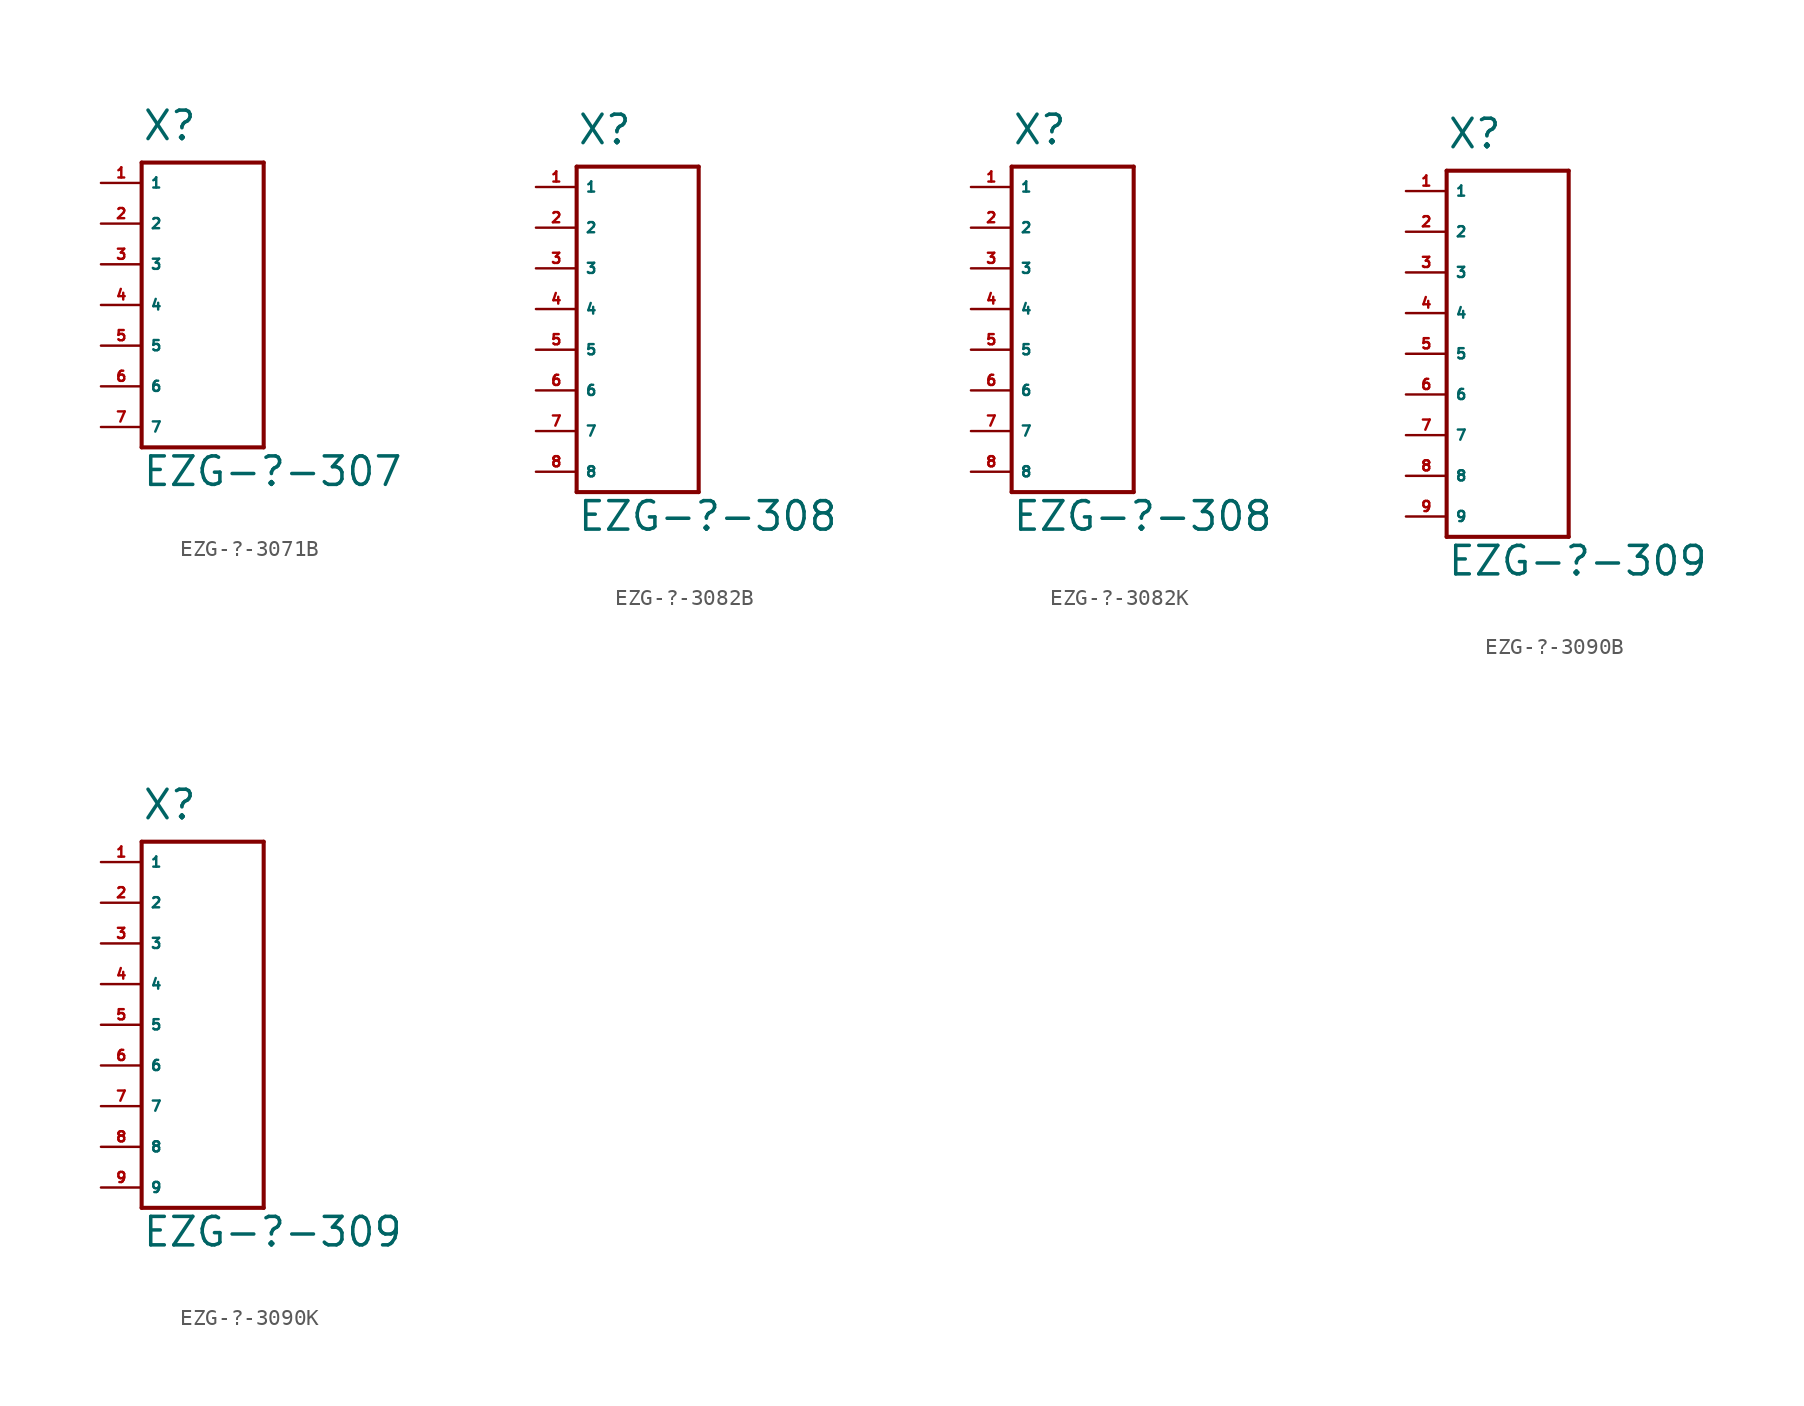
<source format=kicad_sym>
(kicad_symbol_lib
  (version 20220914)
  (generator Eagle2Kicad)
  (symbol "EZG-?-3071B"
    (property "Reference" "X"
      (at -2.54 2.54 0)
      (effects (font (size 1.778 1.778) (thickness 0.22)) (justify left bottom)))
    (property "Value" "EZG-?-307"
      (at -2.54 -19.05 0)
      (effects (font (size 1.778 1.778) (thickness 0.22)) (justify left bottom)))
    (polyline
      (pts (xy -2.54 1.27) (xy -2.54 -16.51))
      (stroke (width 0.254) (type default))
      (fill (type none)))
    (polyline
      (pts (xy -2.54 -16.51) (xy 5.08 -16.51))
      (stroke (width 0.254) (type default))
      (fill (type none)))
    (polyline
      (pts (xy 5.08 -16.51) (xy 5.08 1.27))
      (stroke (width 0.254) (type default))
      (fill (type none)))
    (polyline
      (pts (xy 5.08 1.27) (xy -2.54 1.27))
      (stroke (width 0.254) (type default))
      (fill (type none)))
    (pin passive line
      (at -5.08 0 0)
      (length 2.54)
      (name "1" (effects (font (size 0.635 0.635) (thickness 0.08)) (justify left bottom)))
      (number "1" (effects (font (size 0.635 0.635) (thickness 0.08)) (justify left bottom))))
    (pin passive line
      (at -5.08 -2.54 0)
      (length 2.54)
      (name "2" (effects (font (size 0.635 0.635) (thickness 0.08)) (justify left bottom)))
      (number "2" (effects (font (size 0.635 0.635) (thickness 0.08)) (justify left bottom))))
    (pin passive line
      (at -5.08 -5.08 0)
      (length 2.54)
      (name "3" (effects (font (size 0.635 0.635) (thickness 0.08)) (justify left bottom)))
      (number "3" (effects (font (size 0.635 0.635) (thickness 0.08)) (justify left bottom))))
    (pin passive line
      (at -5.08 -7.62 0)
      (length 2.54)
      (name "4" (effects (font (size 0.635 0.635) (thickness 0.08)) (justify left bottom)))
      (number "4" (effects (font (size 0.635 0.635) (thickness 0.08)) (justify left bottom))))
    (pin passive line
      (at -5.08 -10.16 0)
      (length 2.54)
      (name "5" (effects (font (size 0.635 0.635) (thickness 0.08)) (justify left bottom)))
      (number "5" (effects (font (size 0.635 0.635) (thickness 0.08)) (justify left bottom))))
    (pin passive line
      (at -5.08 -12.7 0)
      (length 2.54)
      (name "6" (effects (font (size 0.635 0.635) (thickness 0.08)) (justify left bottom)))
      (number "6" (effects (font (size 0.635 0.635) (thickness 0.08)) (justify left bottom))))
    (pin passive line
      (at -5.08 -15.24 0)
      (length 2.54)
      (name "7" (effects (font (size 0.635 0.635) (thickness 0.08)) (justify left bottom)))
      (number "7" (effects (font (size 0.635 0.635) (thickness 0.08)) (justify left bottom)))))
  (symbol "EZG-?-3082B"
    (property "Reference" "X"
      (at -2.54 2.54 0)
      (effects (font (size 1.778 1.778) (thickness 0.22)) (justify left bottom)))
    (property "Value" "EZG-?-308"
      (at -2.54 -21.59 0)
      (effects (font (size 1.778 1.778) (thickness 0.22)) (justify left bottom)))
    (polyline
      (pts (xy -2.54 1.27) (xy -2.54 -19.05))
      (stroke (width 0.254) (type default))
      (fill (type none)))
    (polyline
      (pts (xy -2.54 -19.05) (xy 5.08 -19.05))
      (stroke (width 0.254) (type default))
      (fill (type none)))
    (polyline
      (pts (xy 5.08 -19.05) (xy 5.08 1.27))
      (stroke (width 0.254) (type default))
      (fill (type none)))
    (polyline
      (pts (xy 5.08 1.27) (xy -2.54 1.27))
      (stroke (width 0.254) (type default))
      (fill (type none)))
    (pin passive line
      (at -5.08 0 0)
      (length 2.54)
      (name "1" (effects (font (size 0.635 0.635) (thickness 0.08)) (justify left bottom)))
      (number "1" (effects (font (size 0.635 0.635) (thickness 0.08)) (justify left bottom))))
    (pin passive line
      (at -5.08 -2.54 0)
      (length 2.54)
      (name "2" (effects (font (size 0.635 0.635) (thickness 0.08)) (justify left bottom)))
      (number "2" (effects (font (size 0.635 0.635) (thickness 0.08)) (justify left bottom))))
    (pin passive line
      (at -5.08 -5.08 0)
      (length 2.54)
      (name "3" (effects (font (size 0.635 0.635) (thickness 0.08)) (justify left bottom)))
      (number "3" (effects (font (size 0.635 0.635) (thickness 0.08)) (justify left bottom))))
    (pin passive line
      (at -5.08 -7.62 0)
      (length 2.54)
      (name "4" (effects (font (size 0.635 0.635) (thickness 0.08)) (justify left bottom)))
      (number "4" (effects (font (size 0.635 0.635) (thickness 0.08)) (justify left bottom))))
    (pin passive line
      (at -5.08 -10.16 0)
      (length 2.54)
      (name "5" (effects (font (size 0.635 0.635) (thickness 0.08)) (justify left bottom)))
      (number "5" (effects (font (size 0.635 0.635) (thickness 0.08)) (justify left bottom))))
    (pin passive line
      (at -5.08 -12.7 0)
      (length 2.54)
      (name "6" (effects (font (size 0.635 0.635) (thickness 0.08)) (justify left bottom)))
      (number "6" (effects (font (size 0.635 0.635) (thickness 0.08)) (justify left bottom))))
    (pin passive line
      (at -5.08 -15.24 0)
      (length 2.54)
      (name "7" (effects (font (size 0.635 0.635) (thickness 0.08)) (justify left bottom)))
      (number "7" (effects (font (size 0.635 0.635) (thickness 0.08)) (justify left bottom))))
    (pin passive line
      (at -5.08 -17.78 0)
      (length 2.54)
      (name "8" (effects (font (size 0.635 0.635) (thickness 0.08)) (justify left bottom)))
      (number "8" (effects (font (size 0.635 0.635) (thickness 0.08)) (justify left bottom)))))
  (symbol "EZG-?-3082K"
    (property "Reference" "X"
      (at -2.54 2.54 0)
      (effects (font (size 1.778 1.778) (thickness 0.22)) (justify left bottom)))
    (property "Value" "EZG-?-308"
      (at -2.54 -21.59 0)
      (effects (font (size 1.778 1.778) (thickness 0.22)) (justify left bottom)))
    (polyline
      (pts (xy -2.54 1.27) (xy -2.54 -19.05))
      (stroke (width 0.254) (type default))
      (fill (type none)))
    (polyline
      (pts (xy -2.54 -19.05) (xy 5.08 -19.05))
      (stroke (width 0.254) (type default))
      (fill (type none)))
    (polyline
      (pts (xy 5.08 -19.05) (xy 5.08 1.27))
      (stroke (width 0.254) (type default))
      (fill (type none)))
    (polyline
      (pts (xy 5.08 1.27) (xy -2.54 1.27))
      (stroke (width 0.254) (type default))
      (fill (type none)))
    (pin passive line
      (at -5.08 0 0)
      (length 2.54)
      (name "1" (effects (font (size 0.635 0.635) (thickness 0.08)) (justify left bottom)))
      (number "1" (effects (font (size 0.635 0.635) (thickness 0.08)) (justify left bottom))))
    (pin passive line
      (at -5.08 -2.54 0)
      (length 2.54)
      (name "2" (effects (font (size 0.635 0.635) (thickness 0.08)) (justify left bottom)))
      (number "2" (effects (font (size 0.635 0.635) (thickness 0.08)) (justify left bottom))))
    (pin passive line
      (at -5.08 -5.08 0)
      (length 2.54)
      (name "3" (effects (font (size 0.635 0.635) (thickness 0.08)) (justify left bottom)))
      (number "3" (effects (font (size 0.635 0.635) (thickness 0.08)) (justify left bottom))))
    (pin passive line
      (at -5.08 -7.62 0)
      (length 2.54)
      (name "4" (effects (font (size 0.635 0.635) (thickness 0.08)) (justify left bottom)))
      (number "4" (effects (font (size 0.635 0.635) (thickness 0.08)) (justify left bottom))))
    (pin passive line
      (at -5.08 -10.16 0)
      (length 2.54)
      (name "5" (effects (font (size 0.635 0.635) (thickness 0.08)) (justify left bottom)))
      (number "5" (effects (font (size 0.635 0.635) (thickness 0.08)) (justify left bottom))))
    (pin passive line
      (at -5.08 -12.7 0)
      (length 2.54)
      (name "6" (effects (font (size 0.635 0.635) (thickness 0.08)) (justify left bottom)))
      (number "6" (effects (font (size 0.635 0.635) (thickness 0.08)) (justify left bottom))))
    (pin passive line
      (at -5.08 -15.24 0)
      (length 2.54)
      (name "7" (effects (font (size 0.635 0.635) (thickness 0.08)) (justify left bottom)))
      (number "7" (effects (font (size 0.635 0.635) (thickness 0.08)) (justify left bottom))))
    (pin passive line
      (at -5.08 -17.78 0)
      (length 2.54)
      (name "8" (effects (font (size 0.635 0.635) (thickness 0.08)) (justify left bottom)))
      (number "8" (effects (font (size 0.635 0.635) (thickness 0.08)) (justify left bottom)))))
  (symbol "EZG-?-3090B"
    (property "Reference" "X"
      (at -2.54 2.54 0)
      (effects (font (size 1.778 1.778) (thickness 0.22)) (justify left bottom)))
    (property "Value" "EZG-?-309"
      (at -2.54 -24.13 0)
      (effects (font (size 1.778 1.778) (thickness 0.22)) (justify left bottom)))
    (polyline
      (pts (xy -2.54 1.27) (xy -2.54 -21.59))
      (stroke (width 0.254) (type default))
      (fill (type none)))
    (polyline
      (pts (xy -2.54 -21.59) (xy 5.08 -21.59))
      (stroke (width 0.254) (type default))
      (fill (type none)))
    (polyline
      (pts (xy 5.08 -21.59) (xy 5.08 1.27))
      (stroke (width 0.254) (type default))
      (fill (type none)))
    (polyline
      (pts (xy 5.08 1.27) (xy -2.54 1.27))
      (stroke (width 0.254) (type default))
      (fill (type none)))
    (pin passive line
      (at -5.08 0 0)
      (length 2.54)
      (name "1" (effects (font (size 0.635 0.635) (thickness 0.08)) (justify left bottom)))
      (number "1" (effects (font (size 0.635 0.635) (thickness 0.08)) (justify left bottom))))
    (pin passive line
      (at -5.08 -2.54 0)
      (length 2.54)
      (name "2" (effects (font (size 0.635 0.635) (thickness 0.08)) (justify left bottom)))
      (number "2" (effects (font (size 0.635 0.635) (thickness 0.08)) (justify left bottom))))
    (pin passive line
      (at -5.08 -5.08 0)
      (length 2.54)
      (name "3" (effects (font (size 0.635 0.635) (thickness 0.08)) (justify left bottom)))
      (number "3" (effects (font (size 0.635 0.635) (thickness 0.08)) (justify left bottom))))
    (pin passive line
      (at -5.08 -7.62 0)
      (length 2.54)
      (name "4" (effects (font (size 0.635 0.635) (thickness 0.08)) (justify left bottom)))
      (number "4" (effects (font (size 0.635 0.635) (thickness 0.08)) (justify left bottom))))
    (pin passive line
      (at -5.08 -10.16 0)
      (length 2.54)
      (name "5" (effects (font (size 0.635 0.635) (thickness 0.08)) (justify left bottom)))
      (number "5" (effects (font (size 0.635 0.635) (thickness 0.08)) (justify left bottom))))
    (pin passive line
      (at -5.08 -12.7 0)
      (length 2.54)
      (name "6" (effects (font (size 0.635 0.635) (thickness 0.08)) (justify left bottom)))
      (number "6" (effects (font (size 0.635 0.635) (thickness 0.08)) (justify left bottom))))
    (pin passive line
      (at -5.08 -15.24 0)
      (length 2.54)
      (name "7" (effects (font (size 0.635 0.635) (thickness 0.08)) (justify left bottom)))
      (number "7" (effects (font (size 0.635 0.635) (thickness 0.08)) (justify left bottom))))
    (pin passive line
      (at -5.08 -17.78 0)
      (length 2.54)
      (name "8" (effects (font (size 0.635 0.635) (thickness 0.08)) (justify left bottom)))
      (number "8" (effects (font (size 0.635 0.635) (thickness 0.08)) (justify left bottom))))
    (pin passive line
      (at -5.08 -20.32 0)
      (length 2.54)
      (name "9" (effects (font (size 0.635 0.635) (thickness 0.08)) (justify left bottom)))
      (number "9" (effects (font (size 0.635 0.635) (thickness 0.08)) (justify left bottom)))))
  (symbol "EZG-?-3090K"
    (property "Reference" "X"
      (at -2.54 2.54 0)
      (effects (font (size 1.778 1.778) (thickness 0.22)) (justify left bottom)))
    (property "Value" "EZG-?-309"
      (at -2.54 -24.13 0)
      (effects (font (size 1.778 1.778) (thickness 0.22)) (justify left bottom)))
    (polyline
      (pts (xy -2.54 1.27) (xy -2.54 -21.59))
      (stroke (width 0.254) (type default))
      (fill (type none)))
    (polyline
      (pts (xy -2.54 -21.59) (xy 5.08 -21.59))
      (stroke (width 0.254) (type default))
      (fill (type none)))
    (polyline
      (pts (xy 5.08 -21.59) (xy 5.08 1.27))
      (stroke (width 0.254) (type default))
      (fill (type none)))
    (polyline
      (pts (xy 5.08 1.27) (xy -2.54 1.27))
      (stroke (width 0.254) (type default))
      (fill (type none)))
    (pin passive line
      (at -5.08 0 0)
      (length 2.54)
      (name "1" (effects (font (size 0.635 0.635) (thickness 0.08)) (justify left bottom)))
      (number "1" (effects (font (size 0.635 0.635) (thickness 0.08)) (justify left bottom))))
    (pin passive line
      (at -5.08 -2.54 0)
      (length 2.54)
      (name "2" (effects (font (size 0.635 0.635) (thickness 0.08)) (justify left bottom)))
      (number "2" (effects (font (size 0.635 0.635) (thickness 0.08)) (justify left bottom))))
    (pin passive line
      (at -5.08 -5.08 0)
      (length 2.54)
      (name "3" (effects (font (size 0.635 0.635) (thickness 0.08)) (justify left bottom)))
      (number "3" (effects (font (size 0.635 0.635) (thickness 0.08)) (justify left bottom))))
    (pin passive line
      (at -5.08 -7.62 0)
      (length 2.54)
      (name "4" (effects (font (size 0.635 0.635) (thickness 0.08)) (justify left bottom)))
      (number "4" (effects (font (size 0.635 0.635) (thickness 0.08)) (justify left bottom))))
    (pin passive line
      (at -5.08 -10.16 0)
      (length 2.54)
      (name "5" (effects (font (size 0.635 0.635) (thickness 0.08)) (justify left bottom)))
      (number "5" (effects (font (size 0.635 0.635) (thickness 0.08)) (justify left bottom))))
    (pin passive line
      (at -5.08 -12.7 0)
      (length 2.54)
      (name "6" (effects (font (size 0.635 0.635) (thickness 0.08)) (justify left bottom)))
      (number "6" (effects (font (size 0.635 0.635) (thickness 0.08)) (justify left bottom))))
    (pin passive line
      (at -5.08 -15.24 0)
      (length 2.54)
      (name "7" (effects (font (size 0.635 0.635) (thickness 0.08)) (justify left bottom)))
      (number "7" (effects (font (size 0.635 0.635) (thickness 0.08)) (justify left bottom))))
    (pin passive line
      (at -5.08 -17.78 0)
      (length 2.54)
      (name "8" (effects (font (size 0.635 0.635) (thickness 0.08)) (justify left bottom)))
      (number "8" (effects (font (size 0.635 0.635) (thickness 0.08)) (justify left bottom))))
    (pin passive line
      (at -5.08 -20.32 0)
      (length 2.54)
      (name "9" (effects (font (size 0.635 0.635) (thickness 0.08)) (justify left bottom)))
      (number "9" (effects (font (size 0.635 0.635) (thickness 0.08)) (justify left bottom))))))
</source>
